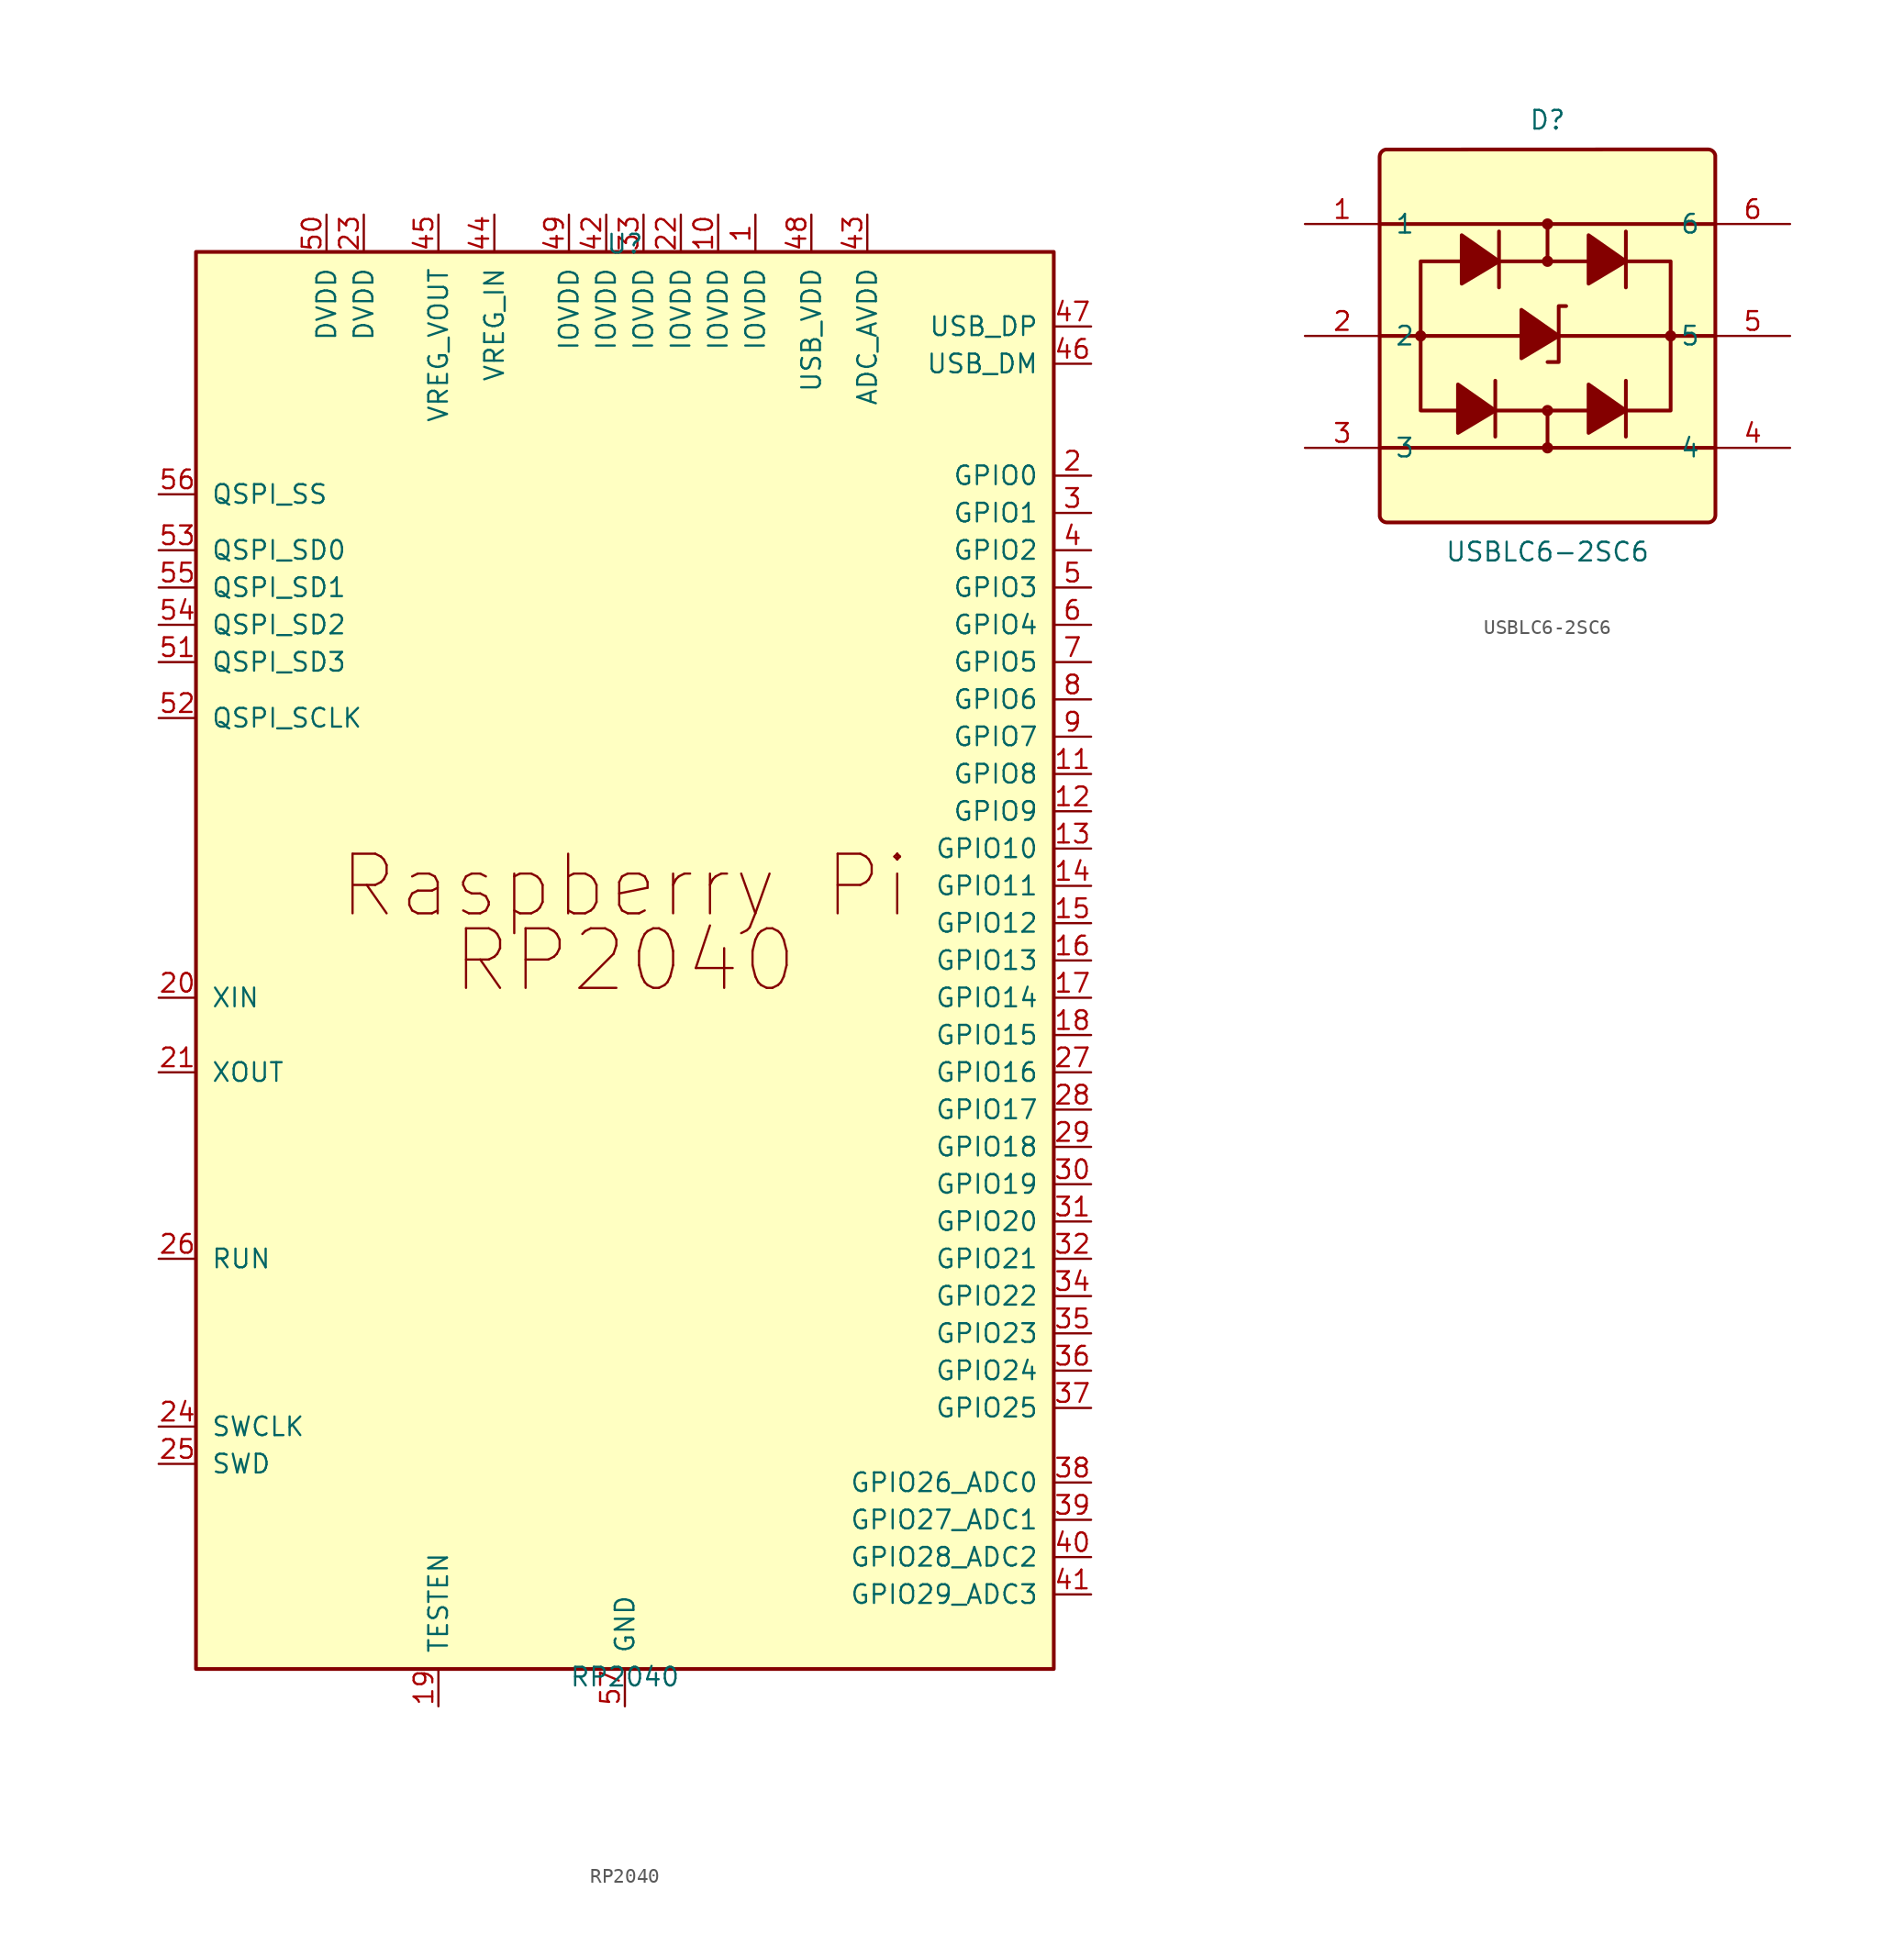
<source format=kicad_sym>
(kicad_symbol_lib
  (version 20241209)
  (generator "JLCImport")
  (generator_version "1.0")
  (symbol "RP2040"
    (pin_names
      (offset 1.016))
    (property "Reference" "U"
      (at 0 51.34 0)
      (effects (font (size 1.27 1.27))))
    (property "Value" "RP2040"
      (at 0 -46.26 0)
      (effects (font (size 1.27 1.27))))
    (symbol "RP2040_0_1"
      (rectangle (start -29.21 50.8) (end 29.21 -45.72) (stroke (width 0.254) (type solid)) (fill (type background)))
      (text "RP2040" (at 0 2.54 0) (effects (font (size 4.057 4.057))))
      (text "Raspberry Pi" (at 0 7.62 0) (effects (font (size 4.057 4.057))))
      (pin bidirectional line (at 31.75 17.78 180) (length 2.54) (name "GPIO7" (effects (font (size 1.27 1.27)))) (number "9" (effects (font (size 1.27 1.27)))))
      (pin bidirectional line (at 31.75 20.32 180) (length 2.54) (name "GPIO6" (effects (font (size 1.27 1.27)))) (number "8" (effects (font (size 1.27 1.27)))))
      (pin bidirectional line (at 31.75 22.86 180) (length 2.54) (name "GPIO5" (effects (font (size 1.27 1.27)))) (number "7" (effects (font (size 1.27 1.27)))))
      (pin bidirectional line (at 31.75 25.4 180) (length 2.54) (name "GPIO4" (effects (font (size 1.27 1.27)))) (number "6" (effects (font (size 1.27 1.27)))))
      (pin bidirectional line (at 0 -48.26 90) (length 2.54) (name "GND" (effects (font (size 1.27 1.27)))) (number "57" (effects (font (size 1.27 1.27)))))
      (pin bidirectional line (at -31.75 34.29 0) (length 2.54) (name "QSPI_SS" (effects (font (size 1.27 1.27)))) (number "56" (effects (font (size 1.27 1.27)))))
      (pin bidirectional line (at -31.75 27.94 0) (length 2.54) (name "QSPI_SD1" (effects (font (size 1.27 1.27)))) (number "55" (effects (font (size 1.27 1.27)))))
      (pin bidirectional line (at -31.75 25.4 0) (length 2.54) (name "QSPI_SD2" (effects (font (size 1.27 1.27)))) (number "54" (effects (font (size 1.27 1.27)))))
      (pin bidirectional line (at -31.75 30.48 0) (length 2.54) (name "QSPI_SD0" (effects (font (size 1.27 1.27)))) (number "53" (effects (font (size 1.27 1.27)))))
      (pin output line (at -31.75 19.05 0) (length 2.54) (name "QSPI_SCLK" (effects (font (size 1.27 1.27)))) (number "52" (effects (font (size 1.27 1.27)))))
      (pin bidirectional line (at -31.75 22.86 0) (length 2.54) (name "QSPI_SD3" (effects (font (size 1.27 1.27)))) (number "51" (effects (font (size 1.27 1.27)))))
      (pin bidirectional line (at -20.32 53.34 270) (length 2.54) (name "DVDD" (effects (font (size 1.27 1.27)))) (number "50" (effects (font (size 1.27 1.27)))))
      (pin bidirectional line (at 31.75 27.94 180) (length 2.54) (name "GPIO3" (effects (font (size 1.27 1.27)))) (number "5" (effects (font (size 1.27 1.27)))))
      (pin bidirectional line (at -3.81 53.34 270) (length 2.54) (name "IOVDD" (effects (font (size 1.27 1.27)))) (number "49" (effects (font (size 1.27 1.27)))))
      (pin bidirectional line (at 12.7 53.34 270) (length 2.54) (name "USB_VDD" (effects (font (size 1.27 1.27)))) (number "48" (effects (font (size 1.27 1.27)))))
      (pin bidirectional line (at 31.75 45.72 180) (length 2.54) (name "USB_DP" (effects (font (size 1.27 1.27)))) (number "47" (effects (font (size 1.27 1.27)))))
      (pin bidirectional line (at 31.75 43.18 180) (length 2.54) (name "USB_DM" (effects (font (size 1.27 1.27)))) (number "46" (effects (font (size 1.27 1.27)))))
      (pin bidirectional line (at -12.7 53.34 270) (length 2.54) (name "VREG_VOUT" (effects (font (size 1.27 1.27)))) (number "45" (effects (font (size 1.27 1.27)))))
      (pin bidirectional line (at -8.89 53.34 270) (length 2.54) (name "VREG_IN" (effects (font (size 1.27 1.27)))) (number "44" (effects (font (size 1.27 1.27)))))
      (pin bidirectional line (at 16.51 53.34 270) (length 2.54) (name "ADC_AVDD" (effects (font (size 1.27 1.27)))) (number "43" (effects (font (size 1.27 1.27)))))
      (pin bidirectional line (at -1.27 53.34 270) (length 2.54) (name "IOVDD" (effects (font (size 1.27 1.27)))) (number "42" (effects (font (size 1.27 1.27)))))
      (pin bidirectional line (at 31.75 -40.64 180) (length 2.54) (name "GPIO29_ADC3" (effects (font (size 1.27 1.27)))) (number "41" (effects (font (size 1.27 1.27)))))
      (pin bidirectional line (at 31.75 -38.1 180) (length 2.54) (name "GPIO28_ADC2" (effects (font (size 1.27 1.27)))) (number "40" (effects (font (size 1.27 1.27)))))
      (pin bidirectional line (at 31.75 30.48 180) (length 2.54) (name "GPIO2" (effects (font (size 1.27 1.27)))) (number "4" (effects (font (size 1.27 1.27)))))
      (pin bidirectional line (at 31.75 -35.56 180) (length 2.54) (name "GPIO27_ADC1" (effects (font (size 1.27 1.27)))) (number "39" (effects (font (size 1.27 1.27)))))
      (pin bidirectional line (at 31.75 -33.02 180) (length 2.54) (name "GPIO26_ADC0" (effects (font (size 1.27 1.27)))) (number "38" (effects (font (size 1.27 1.27)))))
      (pin bidirectional line (at 31.75 -27.94 180) (length 2.54) (name "GPIO25" (effects (font (size 1.27 1.27)))) (number "37" (effects (font (size 1.27 1.27)))))
      (pin bidirectional line (at 31.75 -25.4 180) (length 2.54) (name "GPIO24" (effects (font (size 1.27 1.27)))) (number "36" (effects (font (size 1.27 1.27)))))
      (pin bidirectional line (at 31.75 -22.86 180) (length 2.54) (name "GPIO23" (effects (font (size 1.27 1.27)))) (number "35" (effects (font (size 1.27 1.27)))))
      (pin bidirectional line (at 31.75 -20.32 180) (length 2.54) (name "GPIO22" (effects (font (size 1.27 1.27)))) (number "34" (effects (font (size 1.27 1.27)))))
      (pin bidirectional line (at 1.27 53.34 270) (length 2.54) (name "IOVDD" (effects (font (size 1.27 1.27)))) (number "33" (effects (font (size 1.27 1.27)))))
      (pin bidirectional line (at 31.75 -17.78 180) (length 2.54) (name "GPIO21" (effects (font (size 1.27 1.27)))) (number "32" (effects (font (size 1.27 1.27)))))
      (pin bidirectional line (at 31.75 -15.24 180) (length 2.54) (name "GPIO20" (effects (font (size 1.27 1.27)))) (number "31" (effects (font (size 1.27 1.27)))))
      (pin bidirectional line (at 31.75 -12.7 180) (length 2.54) (name "GPIO19" (effects (font (size 1.27 1.27)))) (number "30" (effects (font (size 1.27 1.27)))))
      (pin bidirectional line (at 31.75 33.02 180) (length 2.54) (name "GPIO1" (effects (font (size 1.27 1.27)))) (number "3" (effects (font (size 1.27 1.27)))))
      (pin bidirectional line (at 31.75 -10.16 180) (length 2.54) (name "GPIO18" (effects (font (size 1.27 1.27)))) (number "29" (effects (font (size 1.27 1.27)))))
      (pin bidirectional line (at 31.75 -7.62 180) (length 2.54) (name "GPIO17" (effects (font (size 1.27 1.27)))) (number "28" (effects (font (size 1.27 1.27)))))
      (pin bidirectional line (at 31.75 -5.08 180) (length 2.54) (name "GPIO16" (effects (font (size 1.27 1.27)))) (number "27" (effects (font (size 1.27 1.27)))))
      (pin input line (at -31.75 -17.78 0) (length 2.54) (name "RUN" (effects (font (size 1.27 1.27)))) (number "26" (effects (font (size 1.27 1.27)))))
      (pin bidirectional line (at -31.75 -31.75 0) (length 2.54) (name "SWD" (effects (font (size 1.27 1.27)))) (number "25" (effects (font (size 1.27 1.27)))))
      (pin output line (at -31.75 -29.21 0) (length 2.54) (name "SWCLK" (effects (font (size 1.27 1.27)))) (number "24" (effects (font (size 1.27 1.27)))))
      (pin bidirectional line (at -17.78 53.34 270) (length 2.54) (name "DVDD" (effects (font (size 1.27 1.27)))) (number "23" (effects (font (size 1.27 1.27)))))
      (pin bidirectional line (at 3.81 53.34 270) (length 2.54) (name "IOVDD" (effects (font (size 1.27 1.27)))) (number "22" (effects (font (size 1.27 1.27)))))
      (pin unspecified line (at -31.75 -5.08 0) (length 2.54) (name "XOUT" (effects (font (size 1.27 1.27)))) (number "21" (effects (font (size 1.27 1.27)))))
      (pin input line (at -31.75 0 0) (length 2.54) (name "XIN" (effects (font (size 1.27 1.27)))) (number "20" (effects (font (size 1.27 1.27)))))
      (pin bidirectional line (at 31.75 35.56 180) (length 2.54) (name "GPIO0" (effects (font (size 1.27 1.27)))) (number "2" (effects (font (size 1.27 1.27)))))
      (pin unspecified line (at -12.7 -48.26 90) (length 2.54) (name "TESTEN" (effects (font (size 1.27 1.27)))) (number "19" (effects (font (size 1.27 1.27)))))
      (pin bidirectional line (at 31.75 -2.54 180) (length 2.54) (name "GPIO15" (effects (font (size 1.27 1.27)))) (number "18" (effects (font (size 1.27 1.27)))))
      (pin bidirectional line (at 31.75 0 180) (length 2.54) (name "GPIO14" (effects (font (size 1.27 1.27)))) (number "17" (effects (font (size 1.27 1.27)))))
      (pin bidirectional line (at 31.75 2.54 180) (length 2.54) (name "GPIO13" (effects (font (size 1.27 1.27)))) (number "16" (effects (font (size 1.27 1.27)))))
      (pin bidirectional line (at 31.75 5.08 180) (length 2.54) (name "GPIO12" (effects (font (size 1.27 1.27)))) (number "15" (effects (font (size 1.27 1.27)))))
      (pin bidirectional line (at 31.75 7.62 180) (length 2.54) (name "GPIO11" (effects (font (size 1.27 1.27)))) (number "14" (effects (font (size 1.27 1.27)))))
      (pin bidirectional line (at 31.75 10.16 180) (length 2.54) (name "GPIO10" (effects (font (size 1.27 1.27)))) (number "13" (effects (font (size 1.27 1.27)))))
      (pin bidirectional line (at 31.75 12.7 180) (length 2.54) (name "GPIO9" (effects (font (size 1.27 1.27)))) (number "12" (effects (font (size 1.27 1.27)))))
      (pin bidirectional line (at 31.75 15.24 180) (length 2.54) (name "GPIO8" (effects (font (size 1.27 1.27)))) (number "11" (effects (font (size 1.27 1.27)))))
      (pin bidirectional line (at 6.35 53.34 270) (length 2.54) (name "IOVDD" (effects (font (size 1.27 1.27)))) (number "10" (effects (font (size 1.27 1.27)))))
      (pin bidirectional line (at 8.89 53.34 270) (length 2.54) (name "IOVDD" (effects (font (size 1.27 1.27)))) (number "1" (effects (font (size 1.27 1.27)))))))
  (symbol "USBLC6-2SC6"
    (pin_names
      (offset 1.016))
    (property "Reference" "D"
      (at 0 14.7 0)
      (effects (font (size 1.27 1.27))))
    (property "Value" "USBLC6-2SC6"
      (at 0 -14.7 0)
      (effects (font (size 1.27 1.27))))
    (symbol "USBLC6-2SC6_0_1"
      (polyline (pts (xy 10.922 -12.7) (xy 11.021 -12.69) (xy 11.116 -12.661) (xy 11.204 -12.614) (xy 11.281 -12.551) (xy 11.344 -12.474) (xy 11.391 -12.386) (xy 11.42 -12.291) (xy 11.43 -12.192) (xy 11.42 12.291) (xy 11.391 12.386) (xy 11.344 12.474) (xy 11.281 12.551) (xy 11.204 12.614) (xy 11.116 12.661) (xy 11.021 12.69) (xy 10.922 12.7) (xy -11.021 12.69) (xy -11.116 12.661) (xy -11.204 12.614) (xy -11.281 12.551) (xy -11.344 12.474) (xy -11.391 12.386) (xy -11.42 12.291) (xy -11.43 12.192) (xy -11.42 -12.291) (xy -11.391 -12.386) (xy -11.344 -12.474) (xy -11.281 -12.551) (xy -11.204 -12.614) (xy -11.116 -12.661) (xy -11.021 -12.69) (xy -10.922 -12.7) (xy 10.922 -12.7)) (stroke (width 0.254) (type solid)) (fill (type background)))
      (circle (center 0 7.62) (radius 0.254) (stroke (width 0.254) (type solid)) (fill (type none)))
      (circle (center 0 5.08) (radius 0.254) (stroke (width 0.254) (type solid)) (fill (type none)))
      (circle (center -8.636 0) (radius 0.254) (stroke (width 0.254) (type solid)) (fill (type none)))
      (circle (center 8.382 0) (radius 0.254) (stroke (width 0.254) (type solid)) (fill (type none)))
      (circle (center 0 -5.08) (radius 0.254) (stroke (width 0.254) (type solid)) (fill (type none)))
      (circle (center 0 -7.62) (radius 0.254) (stroke (width 0.254) (type solid)) (fill (type none)))
      (polyline (pts (xy -11.43 7.62) (xy 11.43 7.62)) (stroke (width 0.254) (type solid)) (fill (type none)))
      (polyline (pts (xy -11.43 -7.62) (xy 11.43 -7.62)) (stroke (width 0.254) (type solid)) (fill (type none)))
      (polyline (pts (xy -11.43 0) (xy 11.43 0)) (stroke (width 0.254) (type solid)) (fill (type none)))
      (polyline (pts (xy -1.778 -1.524) (xy 0.762 0) (xy -1.778 1.778) (xy -1.778 -1.524)) (stroke (width 0.254) (type solid)) (fill (type outline)))
      (polyline (pts (xy 1.27 2.032) (xy 0.762 2.032) (xy 0.762 -1.778) (xy 0 -1.778)) (stroke (width 0.254) (type solid)) (fill (type none)))
      (polyline (pts (xy -8.636 0) (xy -8.636 5.08) (xy 8.382 5.08) (xy 8.382 -5.08) (xy -8.636 -5.08) (xy -8.636 0)) (stroke (width 0.254) (type solid)) (fill (type none)))
      (polyline (pts (xy 0 7.62) (xy 0 5.08)) (stroke (width 0.254) (type solid)) (fill (type none)))
      (polyline (pts (xy 0 -7.62) (xy 0 -5.08)) (stroke (width 0.254) (type solid)) (fill (type none)))
      (polyline (pts (xy -5.842 3.556) (xy -3.302 5.08) (xy -5.842 6.858) (xy -5.842 3.556)) (stroke (width 0.254) (type solid)) (fill (type outline)))
      (polyline (pts (xy -3.302 7.112) (xy -3.302 7.112) (xy -3.302 3.302) (xy -3.302 3.302)) (stroke (width 0.254) (type solid)) (fill (type none)))
      (polyline (pts (xy 2.794 3.556) (xy 5.334 5.08) (xy 2.794 6.858) (xy 2.794 3.556)) (stroke (width 0.254) (type solid)) (fill (type outline)))
      (polyline (pts (xy 5.334 7.112) (xy 5.334 7.112) (xy 5.334 3.302) (xy 5.334 3.302)) (stroke (width 0.254) (type solid)) (fill (type none)))
      (polyline (pts (xy -6.096 -6.604) (xy -3.556 -5.08) (xy -6.096 -3.302) (xy -6.096 -6.604)) (stroke (width 0.254) (type solid)) (fill (type outline)))
      (polyline (pts (xy -3.556 -3.048) (xy -3.556 -3.048) (xy -3.556 -6.858) (xy -3.556 -6.858)) (stroke (width 0.254) (type solid)) (fill (type none)))
      (polyline (pts (xy 2.794 -6.604) (xy 5.334 -5.08) (xy 2.794 -3.302) (xy 2.794 -6.604)) (stroke (width 0.254) (type solid)) (fill (type outline)))
      (polyline (pts (xy 5.334 -3.048) (xy 5.334 -3.048) (xy 5.334 -6.858) (xy 5.334 -6.858)) (stroke (width 0.254) (type solid)) (fill (type none)))
      (pin input line (at -16.51 7.62 0) (length 5.08) (name "1" (effects (font (size 1.27 1.27)) hide)) (number "1" (effects (font (size 1.27 1.27)))))
      (pin input line (at -16.51 0 0) (length 5.08) (name "2" (effects (font (size 1.27 1.27)) hide)) (number "2" (effects (font (size 1.27 1.27)))))
      (pin input line (at -16.51 -7.62 0) (length 5.08) (name "3" (effects (font (size 1.27 1.27)) hide)) (number "3" (effects (font (size 1.27 1.27)))))
      (pin input line (at 16.51 -7.62 180) (length 5.08) (name "4" (effects (font (size 1.27 1.27)) hide)) (number "4" (effects (font (size 1.27 1.27)))))
      (pin input line (at 16.51 0 180) (length 5.08) (name "5" (effects (font (size 1.27 1.27)) hide)) (number "5" (effects (font (size 1.27 1.27)))))
      (pin input line (at 16.51 7.62 180) (length 5.08) (name "6" (effects (font (size 1.27 1.27)) hide)) (number "6" (effects (font (size 1.27 1.27))))))))
</source>
